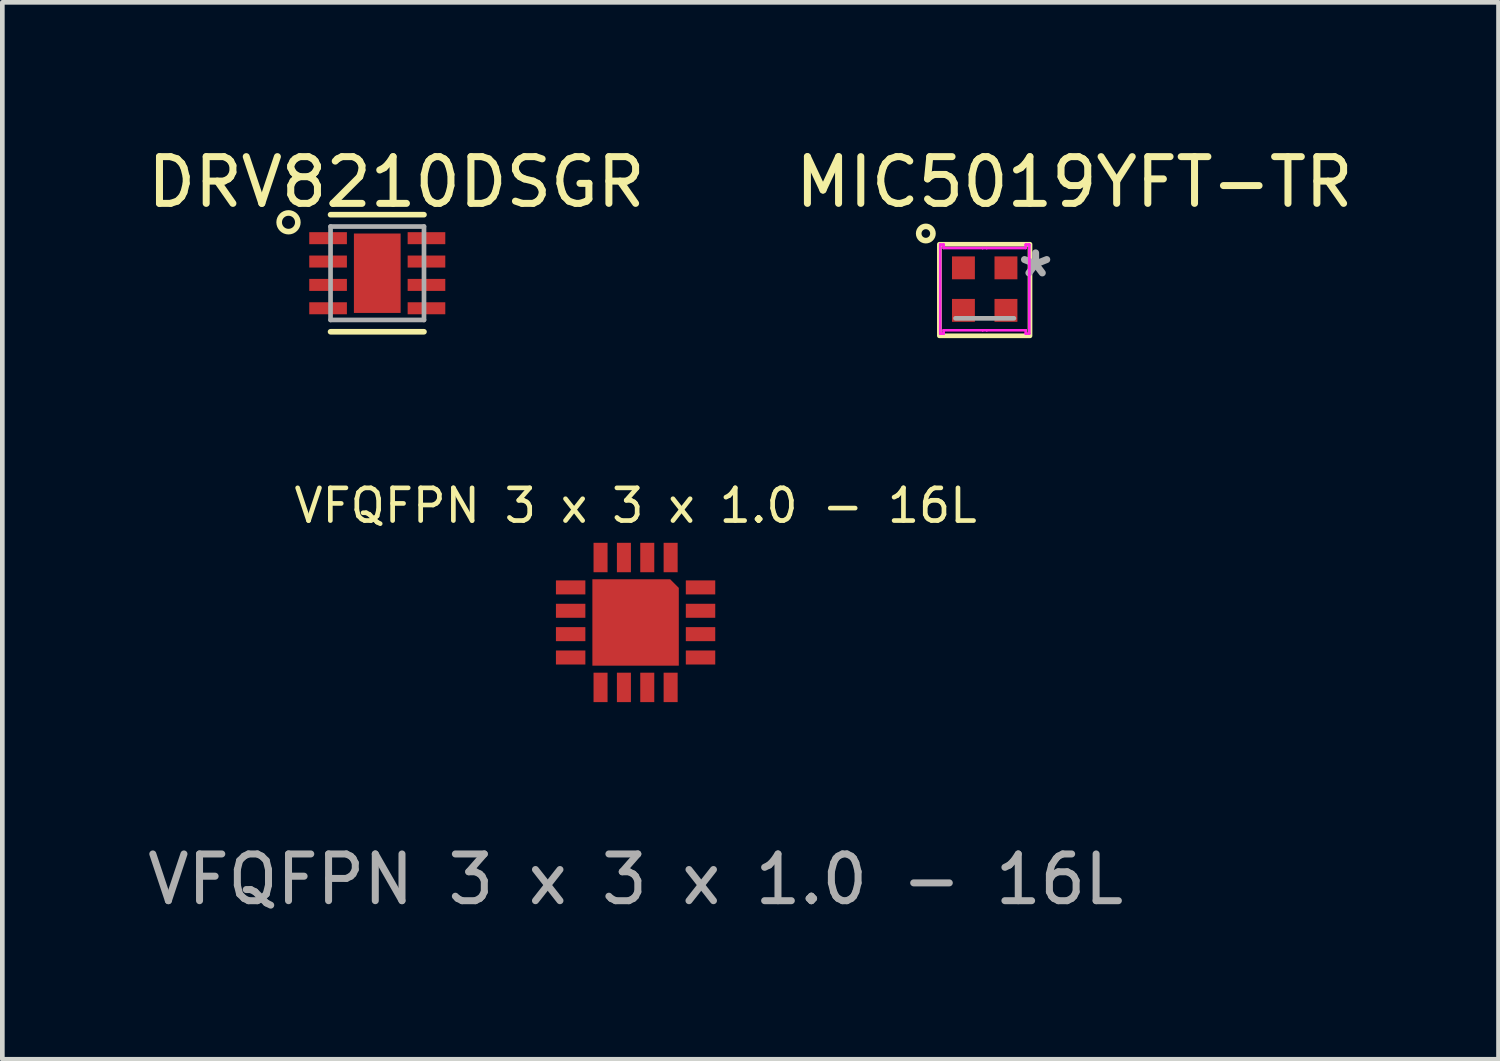
<source format=kicad_pcb>
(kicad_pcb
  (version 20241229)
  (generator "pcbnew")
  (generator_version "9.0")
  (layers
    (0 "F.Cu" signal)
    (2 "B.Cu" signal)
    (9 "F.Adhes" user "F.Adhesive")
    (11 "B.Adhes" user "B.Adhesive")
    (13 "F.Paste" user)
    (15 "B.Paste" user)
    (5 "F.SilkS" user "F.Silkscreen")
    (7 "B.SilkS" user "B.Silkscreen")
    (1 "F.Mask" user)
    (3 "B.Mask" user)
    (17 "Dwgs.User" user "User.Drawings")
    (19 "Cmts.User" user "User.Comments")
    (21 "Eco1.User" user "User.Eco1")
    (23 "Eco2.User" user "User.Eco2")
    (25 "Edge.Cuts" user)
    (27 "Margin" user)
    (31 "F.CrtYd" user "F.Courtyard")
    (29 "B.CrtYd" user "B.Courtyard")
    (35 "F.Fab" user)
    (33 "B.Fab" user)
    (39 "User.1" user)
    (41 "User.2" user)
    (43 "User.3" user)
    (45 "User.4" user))
  (footprint "VFQFPN 3 x 3 x 1.0 - 16L"
    (layer "F.Cu")
    (at 10.554 10.273)
    (property "Reference" "VFQFPN 3 x 3 x 1.0 - 16L" (at 0 -2.5 0) (unlocked yes) (layer "F.SilkS") (effects (font (size 0.7 0.7) (thickness 0.1))))
    (attr smd)
    (fp_text user "${REFERENCE}" (at 0 5.5 0) (unlocked yes) (layer "F.Fab") (effects (font (size 1 1) (thickness 0.15))))
    (pad "1" smd rect (at 1.39 -0.75 90) (size 0.3 0.63) (layers "F.Cu" "F.Mask" "F.Paste"))
    (pad "2" smd rect (at 1.39 -0.25 90) (size 0.3 0.63) (layers "F.Cu" "F.Mask" "F.Paste"))
    (pad "3" smd rect (at 1.39 0.25 90) (size 0.3 0.63) (layers "F.Cu" "F.Mask" "F.Paste"))
    (pad "4" smd rect (at 1.39 0.75 90) (size 0.3 0.63) (layers "F.Cu" "F.Mask" "F.Paste"))
    (pad "5" smd rect (at 0.75 1.39 180) (size 0.3 0.63) (layers "F.Cu" "F.Mask" "F.Paste"))
    (pad "6" smd rect (at 0.25 1.39 180) (size 0.3 0.63) (layers "F.Cu" "F.Mask" "F.Paste"))
    (pad "7" smd rect (at -0.25 1.39 180) (size 0.3 0.63) (layers "F.Cu" "F.Mask" "F.Paste"))
    (pad "7" smd roundrect (at 0 0) (size 1.85 1.85) (layers "F.Cu" "F.Mask" "F.Paste") (roundrect_rratio 0) (chamfer_ratio 0.1) (chamfer top_right))
    (pad "7" smd rect (at 0.25 -1.39) (size 0.3 0.63) (layers "F.Cu" "F.Mask" "F.Paste"))
    (pad "7" smd rect (at 0.75 -1.39) (size 0.3 0.63) (layers "F.Cu" "F.Mask" "F.Paste"))
    (pad "8" smd rect (at -0.75 1.39 180) (size 0.3 0.63) (layers "F.Cu" "F.Mask" "F.Paste"))
    (pad "9" smd rect (at -1.39 0.75 270) (size 0.3 0.63) (layers "F.Cu" "F.Mask" "F.Paste"))
    (pad "10" smd rect (at -1.39 0.25 270) (size 0.3 0.63) (layers "F.Cu" "F.Mask" "F.Paste"))
    (pad "11" smd rect (at -1.39 -0.25 270) (size 0.3 0.63) (layers "F.Cu" "F.Mask" "F.Paste"))
    (pad "12" smd rect (at -1.39 -0.75 270) (size 0.3 0.63) (layers "F.Cu" "F.Mask" "F.Paste"))
    (pad "13" smd rect (at -0.75 -1.39) (size 0.3 0.63) (layers "F.Cu" "F.Mask" "F.Paste"))
    (pad "14" smd rect (at -0.25 -1.39) (size 0.3 0.63) (layers "F.Cu" "F.Mask" "F.Paste")))
  (footprint "DRV8210DSGR"
    (layer "F.Cu")
    (at 5.025 2.798)
    (property "Reference" "DRV8210DSGR" (at 0.41 -1.95 0) (layer "F.SilkS") (effects (font (size 1 1) (thickness 0.15))))
    (attr through_hole)
    (fp_line (start -1 -1.253) (end 1 -1.253) (stroke (width 0.12) (type solid)) (layer "F.SilkS"))
    (fp_line (start -1 1.253) (end 1 1.253) (stroke (width 0.12) (type solid)) (layer "F.SilkS"))
    (fp_circle (center -1.9 -1.09) (end -1.9 -0.89) (stroke (width 0.12) (type solid)) (fill no) (layer "F.SilkS"))
    (fp_poly (pts (xy -0.273 0.623) (xy 0.273 0.623) (xy 0.273 -0.623) (xy -0.273 -0.623)) (stroke (width 0.1) (type solid)) (fill yes) (layer "F.Paste"))
    (fp_line (start -1 -1) (end 1 -1) (stroke (width 0.1) (type solid)) (layer "F.Fab"))
    (fp_line (start -1 1) (end -1 -1) (stroke (width 0.1) (type solid)) (layer "F.Fab"))
    (fp_line (start -1 1) (end 1 1) (stroke (width 0.1) (type solid)) (layer "F.Fab"))
    (fp_line (start 1 1) (end 1 -1) (stroke (width 0.1) (type solid)) (layer "F.Fab"))
    (pad "1" smd rect (at -1.053 -0.75) (size 0.806 0.257) (layers "F.Cu" "F.Mask" "F.Paste"))
    (pad "2" smd rect (at -1.053 -0.25) (size 0.806 0.257) (layers "F.Cu" "F.Mask" "F.Paste"))
    (pad "3" smd rect (at -1.053 0.25) (size 0.806 0.257) (layers "F.Cu" "F.Mask" "F.Paste"))
    (pad "4" smd rect (at -1.053 0.75) (size 0.806 0.257) (layers "F.Cu" "F.Mask" "F.Paste"))
    (pad "5" smd rect (at 1.053 0.75) (size 0.806 0.257) (layers "F.Cu" "F.Mask" "F.Paste"))
    (pad "6" smd rect (at 1.053 0.25) (size 0.806 0.257) (layers "F.Cu" "F.Mask" "F.Paste"))
    (pad "7" smd rect (at 1.053 -0.25) (size 0.806 0.257) (layers "F.Cu" "F.Mask" "F.Paste"))
    (pad "8" smd rect (at 1.053 -0.75) (size 0.806 0.257) (layers "F.Cu" "F.Mask" "F.Paste"))
    (pad "9" smd rect (at 0 0) (size 1 1.7) (layers "F.Cu" "F.Mask")))
  (footprint "MIC5019YFT-TR"
    (layer "F.Cu")
    (at 18.026 3.138)
    (property "Reference" "MIC5019YFT-TR" (at 1.92 -2.29 0) (layer "F.SilkS") (effects (font (size 1 1) (thickness 0.15))))
    (attr smd)
    (fp_rect (start -0.97 -0.96) (end 0.97 1) (stroke (width 0.1) (type solid)) (fill no) (layer "F.SilkS"))
    (fp_circle (center -1.26 -1.19) (end -1.13 -1.11) (stroke (width 0.12) (type solid)) (fill no) (layer "F.SilkS"))
    (fp_line (start -0.954 -0.954) (end -0.879 -0.954) (stroke (width 0.05) (type solid)) (layer "F.CrtYd"))
    (fp_line (start -0.954 -0.954) (end -0.879 -0.954) (stroke (width 0.05) (type solid)) (layer "F.CrtYd"))
    (fp_line (start -0.954 0.954) (end -0.954 -0.954) (stroke (width 0.05) (type solid)) (layer "F.CrtYd"))
    (fp_line (start -0.954 0.954) (end -0.954 -0.954) (stroke (width 0.05) (type solid)) (layer "F.CrtYd"))
    (fp_line (start -0.879 -0.954) (end -0.879 -0.879) (stroke (width 0.05) (type solid)) (layer "F.CrtYd"))
    (fp_line (start -0.879 -0.954) (end -0.879 -0.879) (stroke (width 0.05) (type solid)) (layer "F.CrtYd"))
    (fp_line (start -0.879 -0.879) (end -0.044 -0.879) (stroke (width 0.05) (type solid)) (layer "F.CrtYd"))
    (fp_line (start -0.879 -0.879) (end -0.044 -0.879) (stroke (width 0.05) (type solid)) (layer "F.CrtYd"))
    (fp_line (start -0.879 0.879) (end -0.879 0.954) (stroke (width 0.05) (type solid)) (layer "F.CrtYd"))
    (fp_line (start -0.879 0.879) (end -0.879 0.954) (stroke (width 0.05) (type solid)) (layer "F.CrtYd"))
    (fp_line (start -0.879 0.954) (end -0.954 0.954) (stroke (width 0.05) (type solid)) (layer "F.CrtYd"))
    (fp_line (start -0.879 0.954) (end -0.954 0.954) (stroke (width 0.05) (type solid)) (layer "F.CrtYd"))
    (fp_line (start -0.044 -0.879) (end -0.044 -0.879) (stroke (width 0.05) (type solid)) (layer "F.CrtYd"))
    (fp_line (start -0.044 -0.879) (end -0.044 -0.879) (stroke (width 0.05) (type solid)) (layer "F.CrtYd"))
    (fp_line (start -0.044 -0.879) (end 0.044 -0.879) (stroke (width 0.05) (type solid)) (layer "F.CrtYd"))
    (fp_line (start -0.044 -0.879) (end 0.044 -0.879) (stroke (width 0.05) (type solid)) (layer "F.CrtYd"))
    (fp_line (start -0.044 0.879) (end -0.879 0.879) (stroke (width 0.05) (type solid)) (layer "F.CrtYd"))
    (fp_line (start -0.044 0.879) (end -0.879 0.879) (stroke (width 0.05) (type solid)) (layer "F.CrtYd"))
    (fp_line (start -0.044 0.879) (end -0.044 0.879) (stroke (width 0.05) (type solid)) (layer "F.CrtYd"))
    (fp_line (start -0.044 0.879) (end -0.044 0.879) (stroke (width 0.05) (type solid)) (layer "F.CrtYd"))
    (fp_line (start 0.044 -0.879) (end 0.044 -0.879) (stroke (width 0.05) (type solid)) (layer "F.CrtYd"))
    (fp_line (start 0.044 -0.879) (end 0.044 -0.879) (stroke (width 0.05) (type solid)) (layer "F.CrtYd"))
    (fp_line (start 0.044 -0.879) (end 0.879 -0.879) (stroke (width 0.05) (type solid)) (layer "F.CrtYd"))
    (fp_line (start 0.044 -0.879) (end 0.879 -0.879) (stroke (width 0.05) (type solid)) (layer "F.CrtYd"))
    (fp_line (start 0.044 0.879) (end -0.044 0.879) (stroke (width 0.05) (type solid)) (layer "F.CrtYd"))
    (fp_line (start 0.044 0.879) (end -0.044 0.879) (stroke (width 0.05) (type solid)) (layer "F.CrtYd"))
    (fp_line (start 0.044 0.879) (end 0.044 0.879) (stroke (width 0.05) (type solid)) (layer "F.CrtYd"))
    (fp_line (start 0.044 0.879) (end 0.044 0.879) (stroke (width 0.05) (type solid)) (layer "F.CrtYd"))
    (fp_line (start 0.879 -0.954) (end 0.954 -0.954) (stroke (width 0.05) (type solid)) (layer "F.CrtYd"))
    (fp_line (start 0.879 -0.954) (end 0.954 -0.954) (stroke (width 0.05) (type solid)) (layer "F.CrtYd"))
    (fp_line (start 0.879 -0.879) (end 0.879 -0.954) (stroke (width 0.05) (type solid)) (layer "F.CrtYd"))
    (fp_line (start 0.879 -0.879) (end 0.879 -0.954) (stroke (width 0.05) (type solid)) (layer "F.CrtYd"))
    (fp_line (start 0.879 0.879) (end 0.044 0.879) (stroke (width 0.05) (type solid)) (layer "F.CrtYd"))
    (fp_line (start 0.879 0.879) (end 0.044 0.879) (stroke (width 0.05) (type solid)) (layer "F.CrtYd"))
    (fp_line (start 0.879 0.954) (end 0.879 0.879) (stroke (width 0.05) (type solid)) (layer "F.CrtYd"))
    (fp_line (start 0.879 0.954) (end 0.879 0.879) (stroke (width 0.05) (type solid)) (layer "F.CrtYd"))
    (fp_line (start 0.954 -0.954) (end 0.954 0.954) (stroke (width 0.05) (type solid)) (layer "F.CrtYd"))
    (fp_line (start 0.954 -0.954) (end 0.954 0.954) (stroke (width 0.05) (type solid)) (layer "F.CrtYd"))
    (fp_line (start 0.954 0.954) (end 0.879 0.954) (stroke (width 0.05) (type solid)) (layer "F.CrtYd"))
    (fp_line (start 0.954 0.954) (end 0.879 0.954) (stroke (width 0.05) (type solid)) (layer "F.CrtYd"))
    (fp_line (start -0.625 0.625) (end 0.625 0.625) (stroke (width 0.1) (type solid)) (layer "F.Fab"))
    (fp_text user "*" (at 1.09 -0.23 0) (layer "F.Fab") (effects (font (size 1 1) (thickness 0.15))))
    (pad "1" smd rect (at -0.455 -0.455) (size 0.49 0.49) (layers "F.Cu" "F.Mask" "F.Paste"))
    (pad "2" smd rect (at -0.455 0.455) (size 0.49 0.49) (layers "F.Cu" "F.Mask" "F.Paste"))
    (pad "3" smd rect (at 0.455 0.455) (size 0.49 0.49) (layers "F.Cu" "F.Mask" "F.Paste"))
    (pad "4" smd rect (at 0.455 -0.455) (size 0.49 0.49) (layers "F.Cu" "F.Mask" "F.Paste")))
  (gr_rect
    (start -3 -3)
    (end 29.024 19.622)
    (stroke (width 0.1) (type default))
    (fill no)
    (layer "Edge.Cuts")))
</source>
